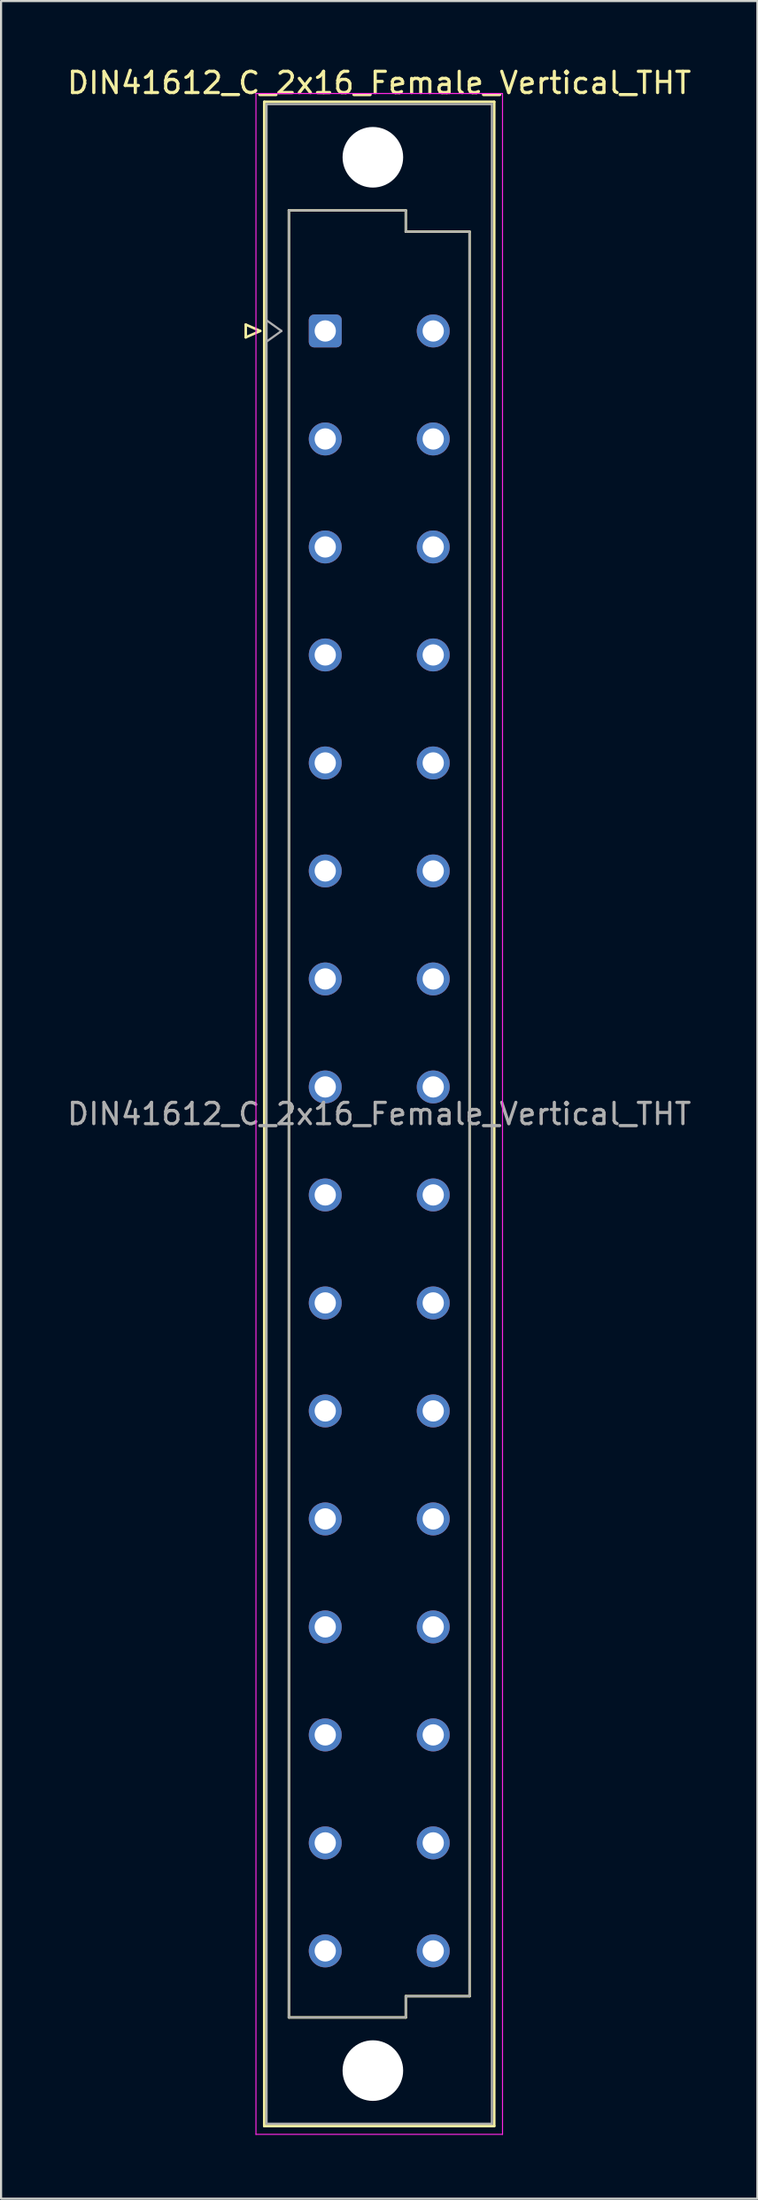
<source format=kicad_pcb>
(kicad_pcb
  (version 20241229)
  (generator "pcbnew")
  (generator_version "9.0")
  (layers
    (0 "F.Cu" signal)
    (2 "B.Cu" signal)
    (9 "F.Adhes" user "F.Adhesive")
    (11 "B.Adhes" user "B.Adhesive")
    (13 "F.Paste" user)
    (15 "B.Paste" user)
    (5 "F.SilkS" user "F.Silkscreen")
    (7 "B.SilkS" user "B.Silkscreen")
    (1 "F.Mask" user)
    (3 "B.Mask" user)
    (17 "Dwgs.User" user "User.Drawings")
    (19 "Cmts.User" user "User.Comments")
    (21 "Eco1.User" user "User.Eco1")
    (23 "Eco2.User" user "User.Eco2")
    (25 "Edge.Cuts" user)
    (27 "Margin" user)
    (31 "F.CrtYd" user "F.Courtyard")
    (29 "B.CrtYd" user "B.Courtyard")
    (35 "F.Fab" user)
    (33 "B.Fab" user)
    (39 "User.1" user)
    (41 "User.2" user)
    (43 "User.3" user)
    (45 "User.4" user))
  (footprint "DIN41612_C_2x16_Female_Vertical_THT"
    (layer "F.Cu")
    (at 12.252 9.978)
    (property "Reference" "DIN41612_C_2x16_Female_Vertical_THT" (at 2.54 -9.13 0) (layer "F.SilkS") (effects (font (size 1 1) (thickness 0.15))))
    (attr through_hole)
    (fp_line (start -3.74 2.24) (end -3.74 2.84) (stroke (width 0.12) (type solid)) (layer "F.SilkS"))
    (fp_line (start -3.74 2.84) (end -3.06 2.54) (stroke (width 0.12) (type solid)) (layer "F.SilkS"))
    (fp_line (start -3.06 2.54) (end -3.74 2.24) (stroke (width 0.12) (type solid)) (layer "F.SilkS"))
    (fp_line (start -2.87 -8.24) (end 7.95 -8.24) (stroke (width 0.12) (type solid)) (layer "F.SilkS"))
    (fp_line (start -2.87 86.98) (end -2.87 -8.24) (stroke (width 0.12) (type solid)) (layer "F.SilkS"))
    (fp_line (start -1.71 -3.131) (end 3.79 -3.131) (stroke (width 0.12) (type solid)) (layer "F.SilkS"))
    (fp_line (start -1.71 81.87) (end -1.71 -3.131) (stroke (width 0.12) (type solid)) (layer "F.SilkS"))
    (fp_line (start 3.79 -3.131) (end 3.79 -2.131) (stroke (width 0.12) (type solid)) (layer "F.SilkS"))
    (fp_line (start 3.79 -2.131) (end 6.79 -2.131) (stroke (width 0.12) (type solid)) (layer "F.SilkS"))
    (fp_line (start 3.79 80.87) (end 3.79 81.87) (stroke (width 0.12) (type solid)) (layer "F.SilkS"))
    (fp_line (start 3.79 81.87) (end -1.71 81.87) (stroke (width 0.12) (type solid)) (layer "F.SilkS"))
    (fp_line (start 6.79 -2.131) (end 6.79 80.87) (stroke (width 0.12) (type solid)) (layer "F.SilkS"))
    (fp_line (start 6.79 80.87) (end 3.79 80.87) (stroke (width 0.12) (type solid)) (layer "F.SilkS"))
    (fp_line (start 7.95 -8.24) (end 7.95 86.98) (stroke (width 0.12) (type solid)) (layer "F.SilkS"))
    (fp_line (start 7.95 86.98) (end -2.87 86.98) (stroke (width 0.12) (type solid)) (layer "F.SilkS"))
    (fp_line (start -3.26 -8.63) (end 8.34 -8.63) (stroke (width 0.05) (type solid)) (layer "F.CrtYd"))
    (fp_line (start -3.26 87.37) (end -3.26 -8.63) (stroke (width 0.05) (type solid)) (layer "F.CrtYd"))
    (fp_line (start 8.34 -8.63) (end 8.34 87.37) (stroke (width 0.05) (type solid)) (layer "F.CrtYd"))
    (fp_line (start 8.34 87.37) (end -3.26 87.37) (stroke (width 0.05) (type solid)) (layer "F.CrtYd"))
    (fp_line (start -2.76 -8.13) (end 7.84 -8.13) (stroke (width 0.1) (type solid)) (layer "F.Fab"))
    (fp_line (start -2.76 2.04) (end -2.06 2.54) (stroke (width 0.1) (type solid)) (layer "F.Fab"))
    (fp_line (start -2.76 86.87) (end -2.76 -8.13) (stroke (width 0.1) (type solid)) (layer "F.Fab"))
    (fp_line (start -2.06 2.54) (end -2.76 3.04) (stroke (width 0.1) (type solid)) (layer "F.Fab"))
    (fp_line (start -1.71 -3.13) (end 3.79 -3.13) (stroke (width 0.1) (type solid)) (layer "F.Fab"))
    (fp_line (start -1.71 81.87) (end -1.71 -3.13) (stroke (width 0.1) (type solid)) (layer "F.Fab"))
    (fp_line (start 3.79 -3.13) (end 3.79 -2.13) (stroke (width 0.1) (type solid)) (layer "F.Fab"))
    (fp_line (start 3.79 -2.13) (end 6.79 -2.13) (stroke (width 0.1) (type solid)) (layer "F.Fab"))
    (fp_line (start 3.79 80.87) (end 3.79 81.87) (stroke (width 0.1) (type solid)) (layer "F.Fab"))
    (fp_line (start 3.79 81.87) (end -1.71 81.87) (stroke (width 0.1) (type solid)) (layer "F.Fab"))
    (fp_line (start 6.79 -2.13) (end 6.79 80.87) (stroke (width 0.1) (type solid)) (layer "F.Fab"))
    (fp_line (start 6.79 80.87) (end 3.79 80.87) (stroke (width 0.1) (type solid)) (layer "F.Fab"))
    (fp_line (start 7.84 -8.13) (end 7.84 86.87) (stroke (width 0.1) (type solid)) (layer "F.Fab"))
    (fp_line (start 7.84 86.87) (end -2.76 86.87) (stroke (width 0.1) (type solid)) (layer "F.Fab"))
    (fp_text user "${REFERENCE}" (at 2.54 39.37 0) (layer "F.Fab") (effects (font (size 1 1) (thickness 0.15))))
    (pad "" np_thru_hole circle (at 2.24 -5.63) (size 2.85 2.85) (drill 2.85) (layers "*.Cu" "*.Mask"))
    (pad "" np_thru_hole circle (at 2.24 84.37) (size 2.85 2.85) (drill 2.85) (layers "*.Cu" "*.Mask"))
    (pad "a2" thru_hole roundrect (at 0 2.54) (size 1.55 1.55) (drill 1) (layers "*.Cu" "*.Mask") (roundrect_rratio 0.161))
    (pad "a4" thru_hole circle (at 0 7.62) (size 1.55 1.55) (drill 1) (layers "*.Cu" "*.Mask"))
    (pad "a6" thru_hole circle (at 0 12.7) (size 1.55 1.55) (drill 1) (layers "*.Cu" "*.Mask"))
    (pad "a8" thru_hole circle (at 0 17.78) (size 1.55 1.55) (drill 1) (layers "*.Cu" "*.Mask"))
    (pad "a10" thru_hole circle (at 0 22.86) (size 1.55 1.55) (drill 1) (layers "*.Cu" "*.Mask"))
    (pad "a12" thru_hole circle (at 0 27.94) (size 1.55 1.55) (drill 1) (layers "*.Cu" "*.Mask"))
    (pad "a14" thru_hole circle (at 0 33.02) (size 1.55 1.55) (drill 1) (layers "*.Cu" "*.Mask"))
    (pad "a16" thru_hole circle (at 0 38.1) (size 1.55 1.55) (drill 1) (layers "*.Cu" "*.Mask"))
    (pad "a18" thru_hole circle (at 0 43.18) (size 1.55 1.55) (drill 1) (layers "*.Cu" "*.Mask"))
    (pad "a20" thru_hole circle (at 0 48.26) (size 1.55 1.55) (drill 1) (layers "*.Cu" "*.Mask"))
    (pad "a22" thru_hole circle (at 0 53.34) (size 1.55 1.55) (drill 1) (layers "*.Cu" "*.Mask"))
    (pad "a24" thru_hole circle (at 0 58.42) (size 1.55 1.55) (drill 1) (layers "*.Cu" "*.Mask"))
    (pad "a26" thru_hole circle (at 0 63.5) (size 1.55 1.55) (drill 1) (layers "*.Cu" "*.Mask"))
    (pad "a28" thru_hole circle (at 0 68.58) (size 1.55 1.55) (drill 1) (layers "*.Cu" "*.Mask"))
    (pad "a30" thru_hole circle (at 0 73.66) (size 1.55 1.55) (drill 1) (layers "*.Cu" "*.Mask"))
    (pad "a32" thru_hole circle (at 0 78.74) (size 1.55 1.55) (drill 1) (layers "*.Cu" "*.Mask"))
    (pad "c2" thru_hole circle (at 5.08 2.54) (size 1.55 1.55) (drill 1) (layers "*.Cu" "*.Mask"))
    (pad "c4" thru_hole circle (at 5.08 7.62) (size 1.55 1.55) (drill 1) (layers "*.Cu" "*.Mask"))
    (pad "c6" thru_hole circle (at 5.08 12.7) (size 1.55 1.55) (drill 1) (layers "*.Cu" "*.Mask"))
    (pad "c8" thru_hole circle (at 5.08 17.78) (size 1.55 1.55) (drill 1) (layers "*.Cu" "*.Mask"))
    (pad "c10" thru_hole circle (at 5.08 22.86) (size 1.55 1.55) (drill 1) (layers "*.Cu" "*.Mask"))
    (pad "c12" thru_hole circle (at 5.08 27.94) (size 1.55 1.55) (drill 1) (layers "*.Cu" "*.Mask"))
    (pad "c14" thru_hole circle (at 5.08 33.02) (size 1.55 1.55) (drill 1) (layers "*.Cu" "*.Mask"))
    (pad "c16" thru_hole circle (at 5.08 38.1) (size 1.55 1.55) (drill 1) (layers "*.Cu" "*.Mask"))
    (pad "c18" thru_hole circle (at 5.08 43.18) (size 1.55 1.55) (drill 1) (layers "*.Cu" "*.Mask"))
    (pad "c20" thru_hole circle (at 5.08 48.26) (size 1.55 1.55) (drill 1) (layers "*.Cu" "*.Mask"))
    (pad "c22" thru_hole circle (at 5.08 53.34) (size 1.55 1.55) (drill 1) (layers "*.Cu" "*.Mask"))
    (pad "c24" thru_hole circle (at 5.08 58.42) (size 1.55 1.55) (drill 1) (layers "*.Cu" "*.Mask"))
    (pad "c26" thru_hole circle (at 5.08 63.5) (size 1.55 1.55) (drill 1) (layers "*.Cu" "*.Mask"))
    (pad "c28" thru_hole circle (at 5.08 68.58) (size 1.55 1.55) (drill 1) (layers "*.Cu" "*.Mask"))
    (pad "c30" thru_hole circle (at 5.08 73.66) (size 1.55 1.55) (drill 1) (layers "*.Cu" "*.Mask"))
    (pad "c32" thru_hole circle (at 5.08 78.74) (size 1.55 1.55) (drill 1) (layers "*.Cu" "*.Mask")))
  (gr_rect
    (start -3 -3)
    (end 32.583 100.373)
    (stroke (width 0.1) (type default))
    (fill no)
    (layer "Edge.Cuts")))
</source>
